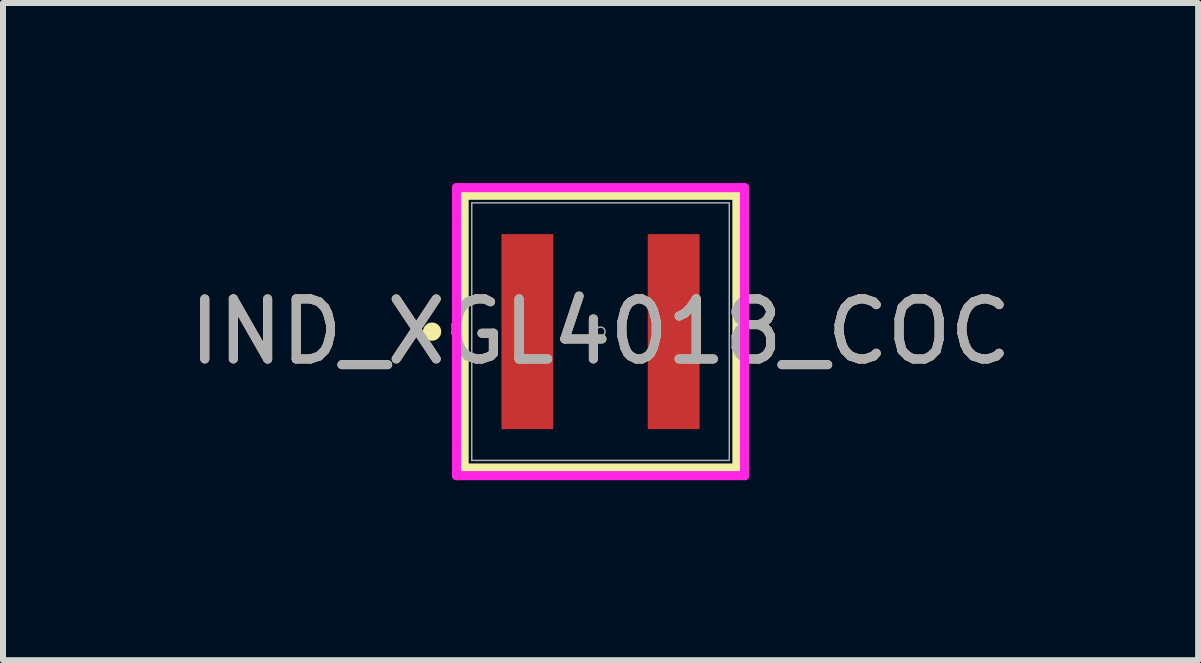
<source format=kicad_pcb>
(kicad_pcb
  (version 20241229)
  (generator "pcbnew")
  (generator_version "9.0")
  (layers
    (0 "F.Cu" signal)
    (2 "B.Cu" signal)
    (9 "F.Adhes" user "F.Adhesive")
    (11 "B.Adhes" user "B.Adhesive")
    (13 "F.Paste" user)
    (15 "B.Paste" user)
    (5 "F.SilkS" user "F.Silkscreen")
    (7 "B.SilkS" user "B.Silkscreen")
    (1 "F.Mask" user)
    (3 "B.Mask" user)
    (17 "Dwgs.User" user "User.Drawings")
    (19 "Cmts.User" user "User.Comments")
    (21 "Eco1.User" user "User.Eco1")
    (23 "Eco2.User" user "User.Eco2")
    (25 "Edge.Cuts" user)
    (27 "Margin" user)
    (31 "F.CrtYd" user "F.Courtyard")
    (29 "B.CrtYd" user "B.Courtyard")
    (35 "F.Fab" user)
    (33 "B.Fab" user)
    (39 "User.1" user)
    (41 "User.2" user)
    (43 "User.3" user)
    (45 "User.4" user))
  (footprint "IND_XGL4018_COC"
    (layer "F.Cu")
    (at 6.958 2.477)
    (property "Reference" "IND_XGL4018_COC" (at 0 0 0) (unlocked yes) (layer "F.SilkS") (effects (font (size 1 1) (thickness 0.15))))
    (attr smd)
    (fp_line (start -2.273 -2.273) (end -2.273 2.273) (stroke (width 0.152) (type solid)) (layer "F.SilkS"))
    (fp_line (start -2.273 2.273) (end 2.273 2.273) (stroke (width 0.152) (type solid)) (layer "F.SilkS"))
    (fp_line (start 2.273 -2.273) (end -2.273 -2.273) (stroke (width 0.152) (type solid)) (layer "F.SilkS"))
    (fp_line (start 2.273 2.273) (end 2.273 -2.273) (stroke (width 0.152) (type solid)) (layer "F.SilkS"))
    (fp_circle (center -2.807 0) (end -2.731 0) (stroke (width 0.152) (type solid)) (fill no) (layer "F.SilkS"))
    (fp_line (start -2.4 -2.4) (end 2.4 -2.4) (stroke (width 0.152) (type solid)) (layer "F.CrtYd"))
    (fp_line (start -2.4 -1.88) (end -2.4 -2.4) (stroke (width 0.152) (type solid)) (layer "F.CrtYd"))
    (fp_line (start -2.4 -1.88) (end -2.4 -1.88) (stroke (width 0.152) (type solid)) (layer "F.CrtYd"))
    (fp_line (start -2.4 1.88) (end -2.4 -1.88) (stroke (width 0.152) (type solid)) (layer "F.CrtYd"))
    (fp_line (start -2.4 1.88) (end -2.4 1.88) (stroke (width 0.152) (type solid)) (layer "F.CrtYd"))
    (fp_line (start -2.4 2.4) (end -2.4 1.88) (stroke (width 0.152) (type solid)) (layer "F.CrtYd"))
    (fp_line (start 2.4 -2.4) (end 2.4 -1.88) (stroke (width 0.152) (type solid)) (layer "F.CrtYd"))
    (fp_line (start 2.4 -1.88) (end 2.4 -1.88) (stroke (width 0.152) (type solid)) (layer "F.CrtYd"))
    (fp_line (start 2.4 -1.88) (end 2.4 1.88) (stroke (width 0.152) (type solid)) (layer "F.CrtYd"))
    (fp_line (start 2.4 1.88) (end 2.4 1.88) (stroke (width 0.152) (type solid)) (layer "F.CrtYd"))
    (fp_line (start 2.4 1.88) (end 2.4 2.4) (stroke (width 0.152) (type solid)) (layer "F.CrtYd"))
    (fp_line (start 2.4 2.4) (end -2.4 2.4) (stroke (width 0.152) (type solid)) (layer "F.CrtYd"))
    (fp_line (start -2.146 -2.146) (end -2.146 2.146) (stroke (width 0.025) (type solid)) (layer "F.Fab"))
    (fp_line (start -2.146 2.146) (end 2.146 2.146) (stroke (width 0.025) (type solid)) (layer "F.Fab"))
    (fp_line (start 2.146 -2.146) (end -2.146 -2.146) (stroke (width 0.025) (type solid)) (layer "F.Fab"))
    (fp_line (start 2.146 2.146) (end 2.146 -2.146) (stroke (width 0.025) (type solid)) (layer "F.Fab"))
    (fp_circle (center 0 0) (end 0.076 0) (stroke (width 0.025) (type solid)) (fill no) (layer "F.Fab"))
    (fp_text user "${REFERENCE}" (at 0 0 0) (unlocked yes) (layer "F.Fab") (effects (font (size 1 1) (thickness 0.15))))
    (pad "1" smd rect (at -1.219 0) (size 0.864 3.251) (layers "F.Cu" "F.Mask" "F.Paste"))
    (pad "2" smd rect (at 1.219 0) (size 0.864 3.251) (layers "F.Cu" "F.Mask" "F.Paste")))
  (gr_rect
    (start -3 -3)
    (end 16.917 7.953)
    (stroke (width 0.1) (type default))
    (fill no)
    (layer "Edge.Cuts")))
</source>
